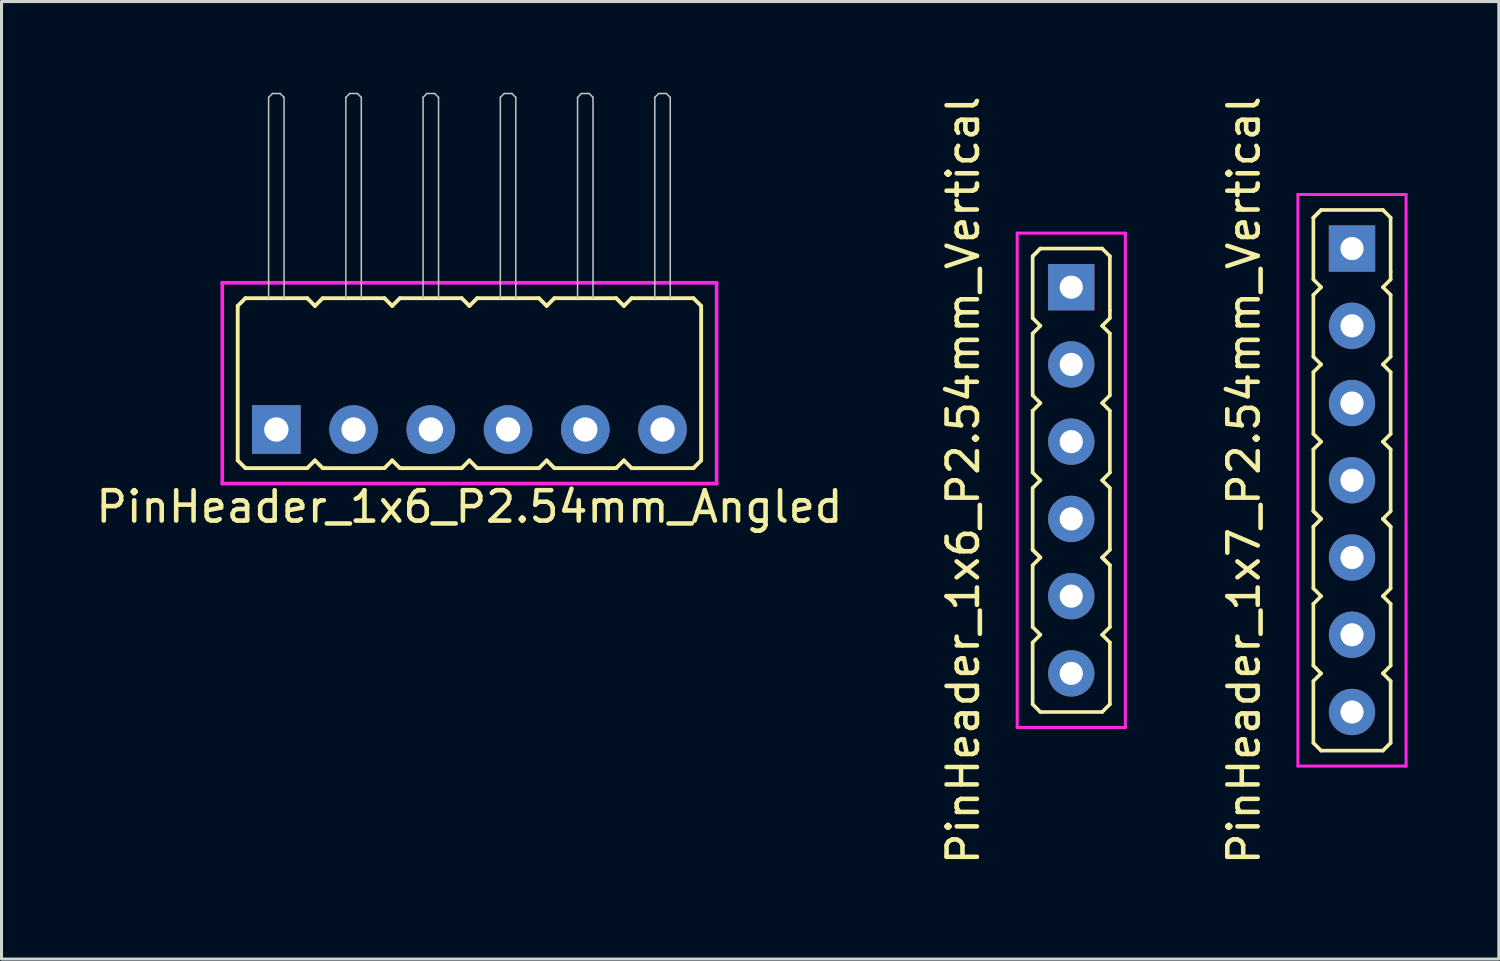
<source format=kicad_pcb>
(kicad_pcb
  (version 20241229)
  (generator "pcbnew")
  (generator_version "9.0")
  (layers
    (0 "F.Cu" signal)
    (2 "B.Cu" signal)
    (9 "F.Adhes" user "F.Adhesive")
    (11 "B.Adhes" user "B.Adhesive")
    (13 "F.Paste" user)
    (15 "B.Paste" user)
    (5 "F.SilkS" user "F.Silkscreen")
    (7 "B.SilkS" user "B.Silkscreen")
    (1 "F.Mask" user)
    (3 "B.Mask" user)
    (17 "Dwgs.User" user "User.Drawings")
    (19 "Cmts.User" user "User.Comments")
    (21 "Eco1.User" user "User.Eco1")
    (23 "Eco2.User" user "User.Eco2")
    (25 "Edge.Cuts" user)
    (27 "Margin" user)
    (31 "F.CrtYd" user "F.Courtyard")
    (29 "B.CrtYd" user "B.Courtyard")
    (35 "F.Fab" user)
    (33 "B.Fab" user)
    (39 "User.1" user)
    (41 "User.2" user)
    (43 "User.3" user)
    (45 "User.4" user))
  (footprint "PinHeader_1x7_P2.54mm_Vertical"
    (layer "F.Cu")
    (at 41.41 12.744)
    (property "Reference" "PinHeader_1x7_P2.54mm_Vertical" (at -3.556 0 90) (layer "F.SilkS") (effects (font (size 1 1) (thickness 0.15))))
    (attr through_hole)
    (fp_line (start -1.27 -8.636) (end -1.016 -8.89) (stroke (width 0.12) (type solid)) (layer "F.SilkS"))
    (fp_line (start -1.27 -8.636) (end -1.016 -8.89) (stroke (width 0.12) (type solid)) (layer "F.SilkS"))
    (fp_line (start -1.27 -6.604) (end -1.27 -8.636) (stroke (width 0.12) (type solid)) (layer "F.SilkS"))
    (fp_line (start -1.27 -6.096) (end -1.016 -6.35) (stroke (width 0.12) (type solid)) (layer "F.SilkS"))
    (fp_line (start -1.27 -4.064) (end -1.27 -6.096) (stroke (width 0.12) (type solid)) (layer "F.SilkS"))
    (fp_line (start -1.27 -3.556) (end -1.016 -3.81) (stroke (width 0.12) (type solid)) (layer "F.SilkS"))
    (fp_line (start -1.27 -1.524) (end -1.27 -3.556) (stroke (width 0.12) (type solid)) (layer "F.SilkS"))
    (fp_line (start -1.27 -1.016) (end -1.016 -1.27) (stroke (width 0.12) (type solid)) (layer "F.SilkS"))
    (fp_line (start -1.27 1.016) (end -1.27 -1.016) (stroke (width 0.12) (type solid)) (layer "F.SilkS"))
    (fp_line (start -1.27 1.524) (end -1.016 1.27) (stroke (width 0.12) (type solid)) (layer "F.SilkS"))
    (fp_line (start -1.27 3.556) (end -1.27 1.524) (stroke (width 0.12) (type solid)) (layer "F.SilkS"))
    (fp_line (start -1.27 4.064) (end -1.016 3.81) (stroke (width 0.12) (type solid)) (layer "F.SilkS"))
    (fp_line (start -1.27 6.096) (end -1.27 4.064) (stroke (width 0.12) (type solid)) (layer "F.SilkS"))
    (fp_line (start -1.27 6.604) (end -1.016 6.35) (stroke (width 0.12) (type solid)) (layer "F.SilkS"))
    (fp_line (start -1.27 8.636) (end -1.27 6.604) (stroke (width 0.12) (type solid)) (layer "F.SilkS"))
    (fp_line (start -1.016 -6.35) (end -1.27 -6.604) (stroke (width 0.12) (type solid)) (layer "F.SilkS"))
    (fp_line (start -1.016 -3.81) (end -1.27 -4.064) (stroke (width 0.12) (type solid)) (layer "F.SilkS"))
    (fp_line (start -1.016 -1.27) (end -1.27 -1.524) (stroke (width 0.12) (type solid)) (layer "F.SilkS"))
    (fp_line (start -1.016 1.27) (end -1.27 1.016) (stroke (width 0.12) (type solid)) (layer "F.SilkS"))
    (fp_line (start -1.016 1.27) (end -1.27 1.016) (stroke (width 0.12) (type solid)) (layer "F.SilkS"))
    (fp_line (start -1.016 3.81) (end -1.27 3.556) (stroke (width 0.12) (type solid)) (layer "F.SilkS"))
    (fp_line (start -1.016 6.35) (end -1.27 6.096) (stroke (width 0.12) (type solid)) (layer "F.SilkS"))
    (fp_line (start -1.016 8.89) (end -1.27 8.636) (stroke (width 0.12) (type solid)) (layer "F.SilkS"))
    (fp_line (start 1.016 -8.89) (end -1.016 -8.89) (stroke (width 0.12) (type solid)) (layer "F.SilkS"))
    (fp_line (start 1.016 -6.35) (end 1.27 -6.096) (stroke (width 0.12) (type solid)) (layer "F.SilkS"))
    (fp_line (start 1.016 -3.81) (end 1.27 -3.556) (stroke (width 0.12) (type solid)) (layer "F.SilkS"))
    (fp_line (start 1.016 -1.27) (end 1.27 -1.016) (stroke (width 0.12) (type solid)) (layer "F.SilkS"))
    (fp_line (start 1.016 1.27) (end 1.27 1.524) (stroke (width 0.12) (type solid)) (layer "F.SilkS"))
    (fp_line (start 1.016 1.27) (end 1.27 1.524) (stroke (width 0.12) (type solid)) (layer "F.SilkS"))
    (fp_line (start 1.016 3.81) (end 1.27 4.064) (stroke (width 0.12) (type solid)) (layer "F.SilkS"))
    (fp_line (start 1.016 6.35) (end 1.27 6.096) (stroke (width 0.12) (type solid)) (layer "F.SilkS"))
    (fp_line (start 1.016 6.35) (end 1.27 6.604) (stroke (width 0.12) (type solid)) (layer "F.SilkS"))
    (fp_line (start 1.016 8.89) (end -1.016 8.89) (stroke (width 0.12) (type solid)) (layer "F.SilkS"))
    (fp_line (start 1.27 -8.636) (end 1.016 -8.89) (stroke (width 0.12) (type solid)) (layer "F.SilkS"))
    (fp_line (start 1.27 -8.636) (end 1.27 -6.858) (stroke (width 0.12) (type solid)) (layer "F.SilkS"))
    (fp_line (start 1.27 -6.858) (end 1.27 -6.604) (stroke (width 0.12) (type solid)) (layer "F.SilkS"))
    (fp_line (start 1.27 -6.604) (end 1.016 -6.35) (stroke (width 0.12) (type solid)) (layer "F.SilkS"))
    (fp_line (start 1.27 -6.096) (end 1.27 -4.064) (stroke (width 0.12) (type solid)) (layer "F.SilkS"))
    (fp_line (start 1.27 -4.064) (end 1.016 -3.81) (stroke (width 0.12) (type solid)) (layer "F.SilkS"))
    (fp_line (start 1.27 -3.556) (end 1.27 -1.524) (stroke (width 0.12) (type solid)) (layer "F.SilkS"))
    (fp_line (start 1.27 -1.524) (end 1.016 -1.27) (stroke (width 0.12) (type solid)) (layer "F.SilkS"))
    (fp_line (start 1.27 -1.016) (end 1.27 1.016) (stroke (width 0.12) (type solid)) (layer "F.SilkS"))
    (fp_line (start 1.27 1.016) (end 1.016 1.27) (stroke (width 0.12) (type solid)) (layer "F.SilkS"))
    (fp_line (start 1.27 1.524) (end 1.27 3.556) (stroke (width 0.12) (type solid)) (layer "F.SilkS"))
    (fp_line (start 1.27 3.556) (end 1.016 3.81) (stroke (width 0.12) (type solid)) (layer "F.SilkS"))
    (fp_line (start 1.27 4.064) (end 1.27 6.096) (stroke (width 0.12) (type solid)) (layer "F.SilkS"))
    (fp_line (start 1.27 6.604) (end 1.27 8.636) (stroke (width 0.12) (type solid)) (layer "F.SilkS"))
    (fp_line (start 1.27 8.636) (end 1.016 8.89) (stroke (width 0.12) (type solid)) (layer "F.SilkS"))
    (fp_line (start -1.778 9.398) (end -1.778 -9.398) (stroke (width 0.1) (type solid)) (layer "F.CrtYd"))
    (fp_line (start -1.778 9.398) (end 1.778 9.398) (stroke (width 0.1) (type solid)) (layer "F.CrtYd"))
    (fp_line (start 1.778 -9.398) (end -1.778 -9.398) (stroke (width 0.1) (type solid)) (layer "F.CrtYd"))
    (fp_line (start 1.778 -9.398) (end 1.778 9.398) (stroke (width 0.1) (type solid)) (layer "F.CrtYd"))
    (pad "1" thru_hole rect (at 0 -7.62) (size 1.524 1.524) (drill 0.762) (layers "*.Cu" "*.Mask"))
    (pad "2" thru_hole oval (at 0 -5.08) (size 1.524 1.524) (drill 0.762) (layers "*.Cu" "*.Mask"))
    (pad "3" thru_hole oval (at 0 -2.54) (size 1.524 1.524) (drill 0.762) (layers "*.Cu" "*.Mask"))
    (pad "4" thru_hole oval (at 0 0) (size 1.524 1.524) (drill 0.762) (layers "*.Cu" "*.Mask"))
    (pad "5" thru_hole oval (at 0 2.54) (size 1.524 1.524) (drill 0.762) (layers "*.Cu" "*.Mask"))
    (pad "6" thru_hole oval (at 0 5.08) (size 1.524 1.524) (drill 0.762) (layers "*.Cu" "*.Mask"))
    (pad "7" thru_hole oval (at 0 7.62) (size 1.524 1.524) (drill 0.762) (layers "*.Cu" "*.Mask")))
  (footprint "PinHeader_1x6_P2.54mm_Angled"
    (layer "F.Cu")
    (at 12.387 11.074)
    (property "Reference" "PinHeader_1x6_P2.54mm_Angled" (at 0 2.54 0) (layer "F.SilkS") (effects (font (size 1 1) (thickness 0.15))))
    (attr through_hole)
    (fp_line (start -7.62 1.016) (end -7.62 -4.064) (stroke (width 0.127) (type solid)) (layer "F.SilkS"))
    (fp_line (start -7.366 -4.318) (end -7.62 -4.064) (stroke (width 0.127) (type solid)) (layer "F.SilkS"))
    (fp_line (start -7.366 -4.318) (end -5.334 -4.318) (stroke (width 0.127) (type solid)) (layer "F.SilkS"))
    (fp_line (start -7.366 1.27) (end -7.62 1.016) (stroke (width 0.127) (type solid)) (layer "F.SilkS"))
    (fp_line (start -5.334 -4.318) (end -5.08 -4.064) (stroke (width 0.127) (type solid)) (layer "F.SilkS"))
    (fp_line (start -5.334 1.27) (end -7.366 1.27) (stroke (width 0.127) (type solid)) (layer "F.SilkS"))
    (fp_line (start -5.08 -4.064) (end -4.826 -4.318) (stroke (width 0.127) (type solid)) (layer "F.SilkS"))
    (fp_line (start -5.08 1.016) (end -5.334 1.27) (stroke (width 0.127) (type solid)) (layer "F.SilkS"))
    (fp_line (start -4.826 -4.318) (end -2.794 -4.318) (stroke (width 0.127) (type solid)) (layer "F.SilkS"))
    (fp_line (start -4.826 1.27) (end -5.08 1.016) (stroke (width 0.127) (type solid)) (layer "F.SilkS"))
    (fp_line (start -2.794 -4.318) (end -2.54 -4.064) (stroke (width 0.127) (type solid)) (layer "F.SilkS"))
    (fp_line (start -2.794 1.27) (end -4.826 1.27) (stroke (width 0.127) (type solid)) (layer "F.SilkS"))
    (fp_line (start -2.54 -4.064) (end -2.286 -4.318) (stroke (width 0.127) (type solid)) (layer "F.SilkS"))
    (fp_line (start -2.54 1.016) (end -2.794 1.27) (stroke (width 0.127) (type solid)) (layer "F.SilkS"))
    (fp_line (start -2.286 -4.318) (end -0.254 -4.318) (stroke (width 0.127) (type solid)) (layer "F.SilkS"))
    (fp_line (start -2.286 1.27) (end -2.54 1.016) (stroke (width 0.127) (type solid)) (layer "F.SilkS"))
    (fp_line (start -0.254 -4.318) (end 0 -4.064) (stroke (width 0.127) (type solid)) (layer "F.SilkS"))
    (fp_line (start -0.254 1.27) (end -2.286 1.27) (stroke (width 0.127) (type solid)) (layer "F.SilkS"))
    (fp_line (start 0 -4.064) (end 0.254 -4.318) (stroke (width 0.127) (type solid)) (layer "F.SilkS"))
    (fp_line (start 0 1.016) (end -0.254 1.27) (stroke (width 0.127) (type solid)) (layer "F.SilkS"))
    (fp_line (start 0.254 -4.318) (end 2.286 -4.318) (stroke (width 0.127) (type solid)) (layer "F.SilkS"))
    (fp_line (start 0.254 1.27) (end 0 1.016) (stroke (width 0.127) (type solid)) (layer "F.SilkS"))
    (fp_line (start 2.286 -4.318) (end 2.54 -4.064) (stroke (width 0.127) (type solid)) (layer "F.SilkS"))
    (fp_line (start 2.286 1.27) (end 0.254 1.27) (stroke (width 0.127) (type solid)) (layer "F.SilkS"))
    (fp_line (start 2.54 -4.064) (end 2.794 -4.318) (stroke (width 0.127) (type solid)) (layer "F.SilkS"))
    (fp_line (start 2.54 1.016) (end 2.286 1.27) (stroke (width 0.127) (type solid)) (layer "F.SilkS"))
    (fp_line (start 2.794 -4.318) (end 4.826 -4.318) (stroke (width 0.127) (type solid)) (layer "F.SilkS"))
    (fp_line (start 2.794 1.27) (end 2.54 1.016) (stroke (width 0.127) (type solid)) (layer "F.SilkS"))
    (fp_line (start 4.826 -4.318) (end 5.08 -4.064) (stroke (width 0.127) (type solid)) (layer "F.SilkS"))
    (fp_line (start 4.826 1.27) (end 2.794 1.27) (stroke (width 0.127) (type solid)) (layer "F.SilkS"))
    (fp_line (start 5.08 -4.064) (end 5.334 -4.318) (stroke (width 0.127) (type solid)) (layer "F.SilkS"))
    (fp_line (start 5.08 1.016) (end 4.826 1.27) (stroke (width 0.127) (type solid)) (layer "F.SilkS"))
    (fp_line (start 5.334 -4.318) (end 7.366 -4.318) (stroke (width 0.127) (type solid)) (layer "F.SilkS"))
    (fp_line (start 5.334 1.27) (end 5.08 1.016) (stroke (width 0.127) (type solid)) (layer "F.SilkS"))
    (fp_line (start 7.366 -4.318) (end 7.62 -4.064) (stroke (width 0.127) (type solid)) (layer "F.SilkS"))
    (fp_line (start 7.366 1.27) (end 5.334 1.27) (stroke (width 0.127) (type solid)) (layer "F.SilkS"))
    (fp_line (start 7.366 1.27) (end 7.62 1.016) (stroke (width 0.127) (type solid)) (layer "F.SilkS"))
    (fp_line (start 7.62 -4.064) (end 7.62 1.016) (stroke (width 0.127) (type solid)) (layer "F.SilkS"))
    (fp_line (start -6.604 -10.922) (end -6.477 -11.049) (stroke (width 0.05) (type solid)) (layer "Dwgs.User"))
    (fp_line (start -6.604 -4.318) (end -6.604 -10.922) (stroke (width 0.05) (type solid)) (layer "Dwgs.User"))
    (fp_line (start -6.477 -11.049) (end -6.223 -11.049) (stroke (width 0.05) (type solid)) (layer "Dwgs.User"))
    (fp_line (start -6.223 -11.049) (end -6.096 -10.922) (stroke (width 0.05) (type solid)) (layer "Dwgs.User"))
    (fp_line (start -6.096 -10.922) (end -6.096 -4.318) (stroke (width 0.05) (type solid)) (layer "Dwgs.User"))
    (fp_line (start -4.064 -10.922) (end -3.937 -11.049) (stroke (width 0.05) (type solid)) (layer "Dwgs.User"))
    (fp_line (start -4.064 -4.318) (end -4.064 -10.922) (stroke (width 0.05) (type solid)) (layer "Dwgs.User"))
    (fp_line (start -3.937 -11.049) (end -3.683 -11.049) (stroke (width 0.05) (type solid)) (layer "Dwgs.User"))
    (fp_line (start -3.683 -11.049) (end -3.556 -10.922) (stroke (width 0.05) (type solid)) (layer "Dwgs.User"))
    (fp_line (start -3.556 -10.922) (end -3.556 -4.318) (stroke (width 0.05) (type solid)) (layer "Dwgs.User"))
    (fp_line (start -1.524 -10.922) (end -1.397 -11.049) (stroke (width 0.05) (type solid)) (layer "Dwgs.User"))
    (fp_line (start -1.524 -4.318) (end -1.524 -10.922) (stroke (width 0.05) (type solid)) (layer "Dwgs.User"))
    (fp_line (start -1.397 -11.049) (end -1.143 -11.049) (stroke (width 0.05) (type solid)) (layer "Dwgs.User"))
    (fp_line (start -1.143 -11.049) (end -1.016 -10.922) (stroke (width 0.05) (type solid)) (layer "Dwgs.User"))
    (fp_line (start -1.016 -10.922) (end -1.016 -4.318) (stroke (width 0.05) (type solid)) (layer "Dwgs.User"))
    (fp_line (start 1.016 -10.922) (end 1.143 -11.049) (stroke (width 0.05) (type solid)) (layer "Dwgs.User"))
    (fp_line (start 1.016 -4.318) (end 1.016 -10.922) (stroke (width 0.05) (type solid)) (layer "Dwgs.User"))
    (fp_line (start 1.143 -11.049) (end 1.397 -11.049) (stroke (width 0.05) (type solid)) (layer "Dwgs.User"))
    (fp_line (start 1.397 -11.049) (end 1.524 -10.922) (stroke (width 0.05) (type solid)) (layer "Dwgs.User"))
    (fp_line (start 1.524 -10.922) (end 1.524 -4.318) (stroke (width 0.05) (type solid)) (layer "Dwgs.User"))
    (fp_line (start 3.556 -10.922) (end 3.683 -11.049) (stroke (width 0.05) (type solid)) (layer "Dwgs.User"))
    (fp_line (start 3.556 -4.318) (end 3.556 -10.922) (stroke (width 0.05) (type solid)) (layer "Dwgs.User"))
    (fp_line (start 3.683 -11.049) (end 3.937 -11.049) (stroke (width 0.05) (type solid)) (layer "Dwgs.User"))
    (fp_line (start 3.937 -11.049) (end 4.064 -10.922) (stroke (width 0.05) (type solid)) (layer "Dwgs.User"))
    (fp_line (start 4.064 -10.922) (end 4.064 -4.318) (stroke (width 0.05) (type solid)) (layer "Dwgs.User"))
    (fp_line (start 6.096 -10.922) (end 6.223 -11.049) (stroke (width 0.05) (type solid)) (layer "Dwgs.User"))
    (fp_line (start 6.096 -4.318) (end 6.096 -10.922) (stroke (width 0.05) (type solid)) (layer "Dwgs.User"))
    (fp_line (start 6.223 -11.049) (end 6.477 -11.049) (stroke (width 0.05) (type solid)) (layer "Dwgs.User"))
    (fp_line (start 6.477 -11.049) (end 6.604 -10.922) (stroke (width 0.05) (type solid)) (layer "Dwgs.User"))
    (fp_line (start 6.604 -10.922) (end 6.604 -4.318) (stroke (width 0.05) (type solid)) (layer "Dwgs.User"))
    (fp_line (start -8.128 -4.826) (end 8.128 -4.826) (stroke (width 0.12) (type solid)) (layer "F.CrtYd"))
    (fp_line (start -8.128 1.778) (end -8.128 -4.826) (stroke (width 0.12) (type solid)) (layer "F.CrtYd"))
    (fp_line (start 8.128 -4.826) (end 8.128 1.778) (stroke (width 0.12) (type solid)) (layer "F.CrtYd"))
    (fp_line (start 8.128 1.778) (end -8.128 1.778) (stroke (width 0.12) (type solid)) (layer "F.CrtYd"))
    (pad "1" thru_hole rect (at -6.35 0) (size 1.6 1.6) (drill 0.8) (layers "*.Cu" "*.Mask"))
    (pad "2" thru_hole circle (at -3.81 0) (size 1.6 1.6) (drill 0.8) (layers "*.Cu" "*.Mask"))
    (pad "3" thru_hole circle (at -1.27 0) (size 1.6 1.6) (drill 0.8) (layers "*.Cu" "*.Mask"))
    (pad "4" thru_hole circle (at 1.27 0) (size 1.6 1.6) (drill 0.8) (layers "*.Cu" "*.Mask"))
    (pad "5" thru_hole circle (at 3.81 0) (size 1.6 1.6) (drill 0.8) (layers "*.Cu" "*.Mask"))
    (pad "6" thru_hole circle (at 6.35 0) (size 1.6 1.6) (drill 0.8) (layers "*.Cu" "*.Mask")))
  (footprint "PinHeader_1x6_P2.54mm_Vertical"
    (layer "F.Cu")
    (at 32.178 12.744)
    (property "Reference" "PinHeader_1x6_P2.54mm_Vertical" (at -3.556 0 90) (layer "F.SilkS") (effects (font (size 1 1) (thickness 0.15))))
    (attr through_hole)
    (fp_line (start -1.27 -7.366) (end -1.016 -7.62) (stroke (width 0.12) (type solid)) (layer "F.SilkS"))
    (fp_line (start -1.27 -7.366) (end -1.016 -7.62) (stroke (width 0.12) (type solid)) (layer "F.SilkS"))
    (fp_line (start -1.27 -5.334) (end -1.27 -7.366) (stroke (width 0.12) (type solid)) (layer "F.SilkS"))
    (fp_line (start -1.27 -4.826) (end -1.016 -5.08) (stroke (width 0.12) (type solid)) (layer "F.SilkS"))
    (fp_line (start -1.27 -2.794) (end -1.27 -4.826) (stroke (width 0.12) (type solid)) (layer "F.SilkS"))
    (fp_line (start -1.27 -2.286) (end -1.016 -2.54) (stroke (width 0.12) (type solid)) (layer "F.SilkS"))
    (fp_line (start -1.27 -0.254) (end -1.27 -2.286) (stroke (width 0.12) (type solid)) (layer "F.SilkS"))
    (fp_line (start -1.27 0.254) (end -1.016 0) (stroke (width 0.12) (type solid)) (layer "F.SilkS"))
    (fp_line (start -1.27 2.286) (end -1.27 0.254) (stroke (width 0.12) (type solid)) (layer "F.SilkS"))
    (fp_line (start -1.27 2.794) (end -1.016 2.54) (stroke (width 0.12) (type solid)) (layer "F.SilkS"))
    (fp_line (start -1.27 4.826) (end -1.27 2.794) (stroke (width 0.12) (type solid)) (layer "F.SilkS"))
    (fp_line (start -1.27 5.334) (end -1.016 5.08) (stroke (width 0.12) (type solid)) (layer "F.SilkS"))
    (fp_line (start -1.27 7.366) (end -1.27 5.334) (stroke (width 0.12) (type solid)) (layer "F.SilkS"))
    (fp_line (start -1.016 -5.08) (end -1.27 -5.334) (stroke (width 0.12) (type solid)) (layer "F.SilkS"))
    (fp_line (start -1.016 -2.54) (end -1.27 -2.794) (stroke (width 0.12) (type solid)) (layer "F.SilkS"))
    (fp_line (start -1.016 0) (end -1.27 -0.254) (stroke (width 0.12) (type solid)) (layer "F.SilkS"))
    (fp_line (start -1.016 2.54) (end -1.27 2.286) (stroke (width 0.12) (type solid)) (layer "F.SilkS"))
    (fp_line (start -1.016 2.54) (end -1.27 2.286) (stroke (width 0.12) (type solid)) (layer "F.SilkS"))
    (fp_line (start -1.016 5.08) (end -1.27 4.826) (stroke (width 0.12) (type solid)) (layer "F.SilkS"))
    (fp_line (start -1.016 7.62) (end -1.27 7.366) (stroke (width 0.12) (type solid)) (layer "F.SilkS"))
    (fp_line (start 1.016 -7.62) (end -1.016 -7.62) (stroke (width 0.12) (type solid)) (layer "F.SilkS"))
    (fp_line (start 1.016 -5.08) (end 1.27 -4.826) (stroke (width 0.12) (type solid)) (layer "F.SilkS"))
    (fp_line (start 1.016 -2.54) (end 1.27 -2.286) (stroke (width 0.12) (type solid)) (layer "F.SilkS"))
    (fp_line (start 1.016 0) (end 1.27 0.254) (stroke (width 0.12) (type solid)) (layer "F.SilkS"))
    (fp_line (start 1.016 2.54) (end 1.27 2.794) (stroke (width 0.12) (type solid)) (layer "F.SilkS"))
    (fp_line (start 1.016 2.54) (end 1.27 2.794) (stroke (width 0.12) (type solid)) (layer "F.SilkS"))
    (fp_line (start 1.016 5.08) (end 1.27 5.334) (stroke (width 0.12) (type solid)) (layer "F.SilkS"))
    (fp_line (start 1.016 7.62) (end -1.016 7.62) (stroke (width 0.12) (type solid)) (layer "F.SilkS"))
    (fp_line (start 1.27 -7.366) (end 1.016 -7.62) (stroke (width 0.12) (type solid)) (layer "F.SilkS"))
    (fp_line (start 1.27 -7.366) (end 1.27 -5.588) (stroke (width 0.12) (type solid)) (layer "F.SilkS"))
    (fp_line (start 1.27 -5.588) (end 1.27 -5.334) (stroke (width 0.12) (type solid)) (layer "F.SilkS"))
    (fp_line (start 1.27 -5.334) (end 1.016 -5.08) (stroke (width 0.12) (type solid)) (layer "F.SilkS"))
    (fp_line (start 1.27 -4.826) (end 1.27 -2.794) (stroke (width 0.12) (type solid)) (layer "F.SilkS"))
    (fp_line (start 1.27 -2.794) (end 1.016 -2.54) (stroke (width 0.12) (type solid)) (layer "F.SilkS"))
    (fp_line (start 1.27 -2.286) (end 1.27 -0.254) (stroke (width 0.12) (type solid)) (layer "F.SilkS"))
    (fp_line (start 1.27 -0.254) (end 1.016 0) (stroke (width 0.12) (type solid)) (layer "F.SilkS"))
    (fp_line (start 1.27 0.254) (end 1.27 2.286) (stroke (width 0.12) (type solid)) (layer "F.SilkS"))
    (fp_line (start 1.27 2.286) (end 1.016 2.54) (stroke (width 0.12) (type solid)) (layer "F.SilkS"))
    (fp_line (start 1.27 2.794) (end 1.27 4.826) (stroke (width 0.12) (type solid)) (layer "F.SilkS"))
    (fp_line (start 1.27 4.826) (end 1.016 5.08) (stroke (width 0.12) (type solid)) (layer "F.SilkS"))
    (fp_line (start 1.27 5.334) (end 1.27 7.366) (stroke (width 0.12) (type solid)) (layer "F.SilkS"))
    (fp_line (start 1.27 7.366) (end 1.016 7.62) (stroke (width 0.12) (type solid)) (layer "F.SilkS"))
    (fp_line (start -1.778 8.128) (end -1.778 -8.128) (stroke (width 0.1) (type solid)) (layer "F.CrtYd"))
    (fp_line (start -1.778 8.128) (end 1.778 8.128) (stroke (width 0.1) (type solid)) (layer "F.CrtYd"))
    (fp_line (start 1.778 -8.128) (end -1.778 -8.128) (stroke (width 0.1) (type solid)) (layer "F.CrtYd"))
    (fp_line (start 1.778 -8.128) (end 1.778 8.128) (stroke (width 0.1) (type solid)) (layer "F.CrtYd"))
    (pad "1" thru_hole rect (at 0 -6.35) (size 1.524 1.524) (drill 0.762) (layers "*.Cu" "*.Mask"))
    (pad "2" thru_hole oval (at 0 -3.81) (size 1.524 1.524) (drill 0.762) (layers "*.Cu" "*.Mask"))
    (pad "3" thru_hole oval (at 0 -1.27) (size 1.524 1.524) (drill 0.762) (layers "*.Cu" "*.Mask"))
    (pad "4" thru_hole oval (at 0 1.27) (size 1.524 1.524) (drill 0.762) (layers "*.Cu" "*.Mask"))
    (pad "5" thru_hole oval (at 0 3.81) (size 1.524 1.524) (drill 0.762) (layers "*.Cu" "*.Mask"))
    (pad "6" thru_hole oval (at 0 6.35) (size 1.524 1.524) (drill 0.762) (layers "*.Cu" "*.Mask")))
  (gr_rect
    (start -3 -3)
    (end 46.238 28.488)
    (stroke (width 0.1) (type default))
    (fill no)
    (layer "Edge.Cuts")))
</source>
